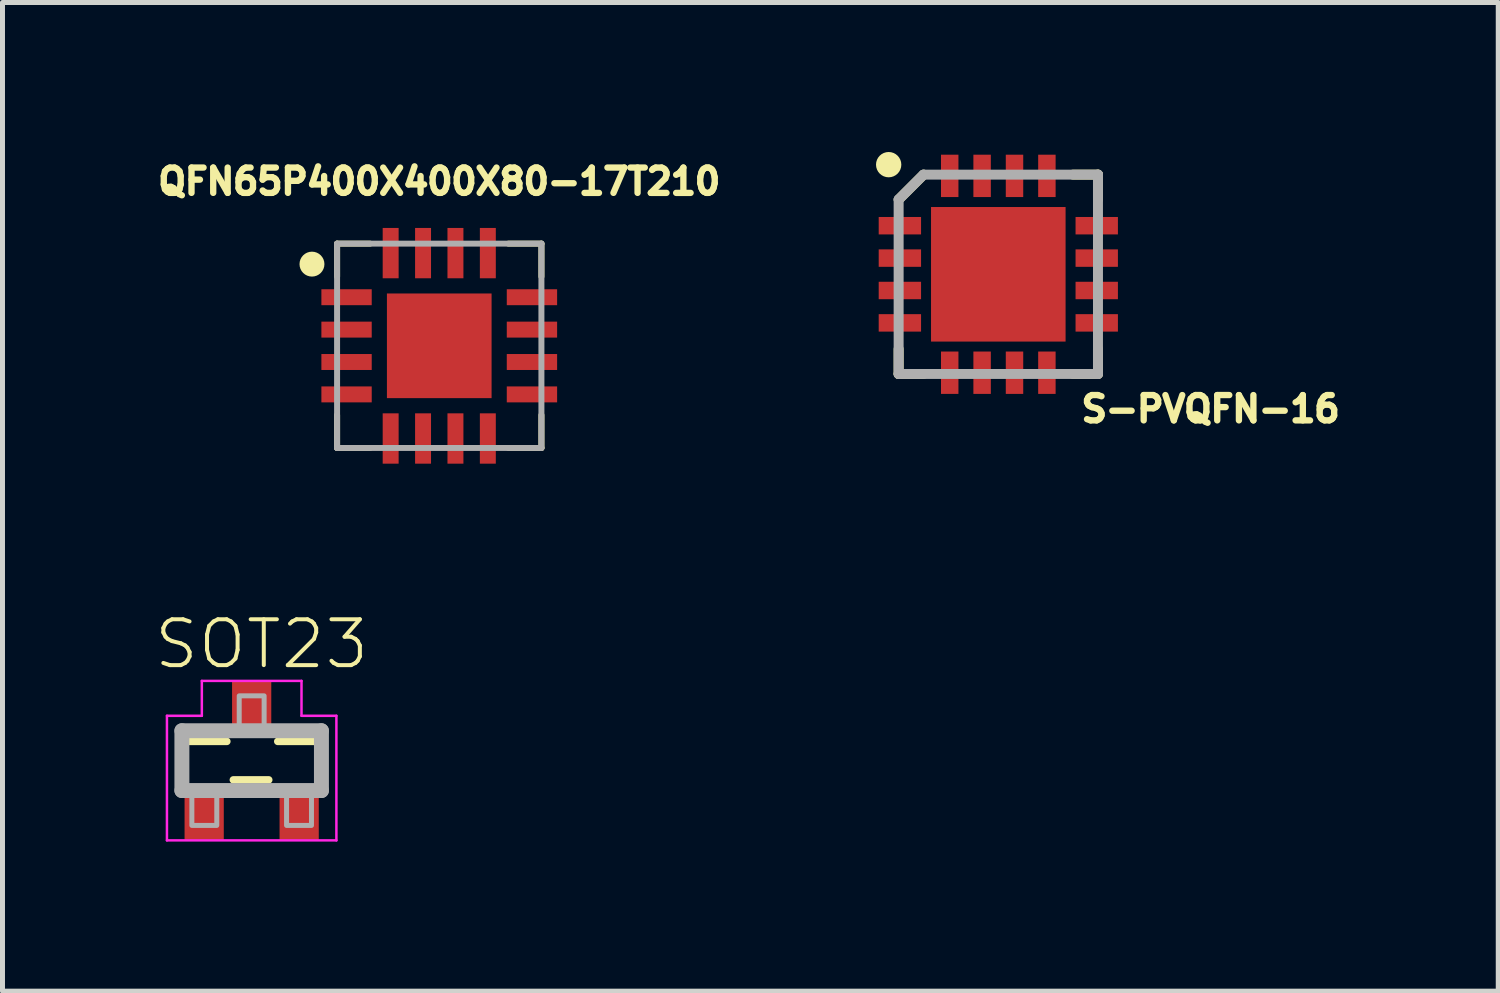
<source format=kicad_pcb>
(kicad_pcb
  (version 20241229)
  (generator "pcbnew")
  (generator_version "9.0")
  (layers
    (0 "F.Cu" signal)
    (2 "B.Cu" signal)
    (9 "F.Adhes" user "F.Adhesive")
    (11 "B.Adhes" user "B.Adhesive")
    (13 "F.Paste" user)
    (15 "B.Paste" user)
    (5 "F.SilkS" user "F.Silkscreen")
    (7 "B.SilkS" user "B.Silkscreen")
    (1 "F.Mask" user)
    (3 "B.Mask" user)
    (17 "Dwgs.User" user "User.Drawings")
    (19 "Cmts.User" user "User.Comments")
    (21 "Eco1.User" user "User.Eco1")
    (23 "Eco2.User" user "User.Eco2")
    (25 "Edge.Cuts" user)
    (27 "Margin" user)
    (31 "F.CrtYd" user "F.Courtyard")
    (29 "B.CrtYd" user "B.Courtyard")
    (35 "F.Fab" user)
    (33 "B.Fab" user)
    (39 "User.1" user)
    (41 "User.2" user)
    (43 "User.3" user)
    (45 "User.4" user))
  (footprint "QFN65P400X400X80-17T210"
    (layer "F.Cu")
    (at 5.764 3.889)
    (property "Reference" "QFN65P400X400X80-17T210" (at 0 -3 0) (layer "F.SilkS") (effects (font (size 0.508 0.508) (thickness 0.127)) (justify bottom)))
    (fp_line (start -2.05 -2.05) (end -1.389 -2.05) (stroke (width 0.12) (type solid)) (layer "F.SilkS"))
    (fp_line (start -2.05 -1.389) (end -2.05 -2.05) (stroke (width 0.12) (type solid)) (layer "F.SilkS"))
    (fp_line (start -2.05 1.389) (end -2.05 2.05) (stroke (width 0.12) (type solid)) (layer "F.SilkS"))
    (fp_line (start -2.05 2.05) (end -1.389 2.05) (stroke (width 0.12) (type solid)) (layer "F.SilkS"))
    (fp_line (start 2.05 -2.05) (end 1.389 -2.05) (stroke (width 0.12) (type solid)) (layer "F.SilkS"))
    (fp_line (start 2.05 -1.389) (end 2.05 -2.05) (stroke (width 0.12) (type solid)) (layer "F.SilkS"))
    (fp_line (start 2.05 1.389) (end 2.05 2.05) (stroke (width 0.12) (type solid)) (layer "F.SilkS"))
    (fp_line (start 2.05 2.05) (end 1.389 2.05) (stroke (width 0.12) (type solid)) (layer "F.SilkS"))
    (fp_circle (center -2.554 -1.639) (end -2.429 -1.639) (stroke (width 0.25) (type solid)) (fill yes) (layer "F.SilkS"))
    (fp_poly (pts (xy -0.9 -0.2) (xy -0.2 -0.2) (xy -0.2 -0.9) (xy -0.9 -0.9)) (stroke (width 0) (type solid)) (fill yes) (layer "F.Paste"))
    (fp_poly (pts (xy -0.9 0.9) (xy -0.2 0.9) (xy -0.2 0.2) (xy -0.9 0.2)) (stroke (width 0) (type solid)) (fill yes) (layer "F.Paste"))
    (fp_poly (pts (xy 0.2 -0.2) (xy 0.9 -0.2) (xy 0.9 -0.9) (xy 0.2 -0.9)) (stroke (width 0) (type solid)) (fill yes) (layer "F.Paste"))
    (fp_poly (pts (xy 0.2 0.9) (xy 0.9 0.9) (xy 0.9 0.2) (xy 0.2 0.2)) (stroke (width 0) (type solid)) (fill yes) (layer "F.Paste"))
    (fp_line (start -2.05 -2.05) (end 2.05 -2.05) (stroke (width 0.12) (type solid)) (layer "F.Fab"))
    (fp_line (start -2.05 2.05) (end -2.05 -2.05) (stroke (width 0.12) (type solid)) (layer "F.Fab"))
    (fp_line (start 2.05 -2.05) (end 2.05 2.05) (stroke (width 0.12) (type solid)) (layer "F.Fab"))
    (fp_line (start 2.05 2.05) (end -2.05 2.05) (stroke (width 0.12) (type solid)) (layer "F.Fab"))
    (pad "1" smd rect (at -1.86 -0.975) (size 1.01 0.32) (layers "F.Cu" "F.Mask" "F.Paste"))
    (pad "2" smd rect (at -1.86 -0.325) (size 1.01 0.32) (layers "F.Cu" "F.Mask" "F.Paste"))
    (pad "3" smd rect (at -1.86 0.325) (size 1.01 0.32) (layers "F.Cu" "F.Mask" "F.Paste"))
    (pad "4" smd rect (at -1.86 0.975) (size 1.01 0.32) (layers "F.Cu" "F.Mask" "F.Paste"))
    (pad "5" smd rect (at -0.975 1.86 90) (size 1.01 0.32) (layers "F.Cu" "F.Mask" "F.Paste"))
    (pad "6" smd rect (at -0.325 1.86 90) (size 1.01 0.32) (layers "F.Cu" "F.Mask" "F.Paste"))
    (pad "7" smd rect (at 0.325 1.86 90) (size 1.01 0.32) (layers "F.Cu" "F.Mask" "F.Paste"))
    (pad "8" smd rect (at 0.975 1.86 90) (size 1.01 0.32) (layers "F.Cu" "F.Mask" "F.Paste"))
    (pad "9" smd rect (at 1.86 0.975) (size 1.01 0.32) (layers "F.Cu" "F.Mask" "F.Paste"))
    (pad "10" smd rect (at 1.86 0.325) (size 1.01 0.32) (layers "F.Cu" "F.Mask" "F.Paste"))
    (pad "11" smd rect (at 1.86 -0.325) (size 1.01 0.32) (layers "F.Cu" "F.Mask" "F.Paste"))
    (pad "12" smd rect (at 1.86 -0.975) (size 1.01 0.32) (layers "F.Cu" "F.Mask" "F.Paste"))
    (pad "13" smd rect (at 0.975 -1.86 90) (size 1.01 0.32) (layers "F.Cu" "F.Mask" "F.Paste"))
    (pad "14" smd rect (at 0.325 -1.86 90) (size 1.01 0.32) (layers "F.Cu" "F.Mask" "F.Paste"))
    (pad "15" smd rect (at -0.325 -1.86 90) (size 1.01 0.32) (layers "F.Cu" "F.Mask" "F.Paste"))
    (pad "16" smd rect (at -0.975 -1.86 90) (size 1.01 0.32) (layers "F.Cu" "F.Mask" "F.Paste"))
    (pad "EPAD" smd rect (at 0 0) (size 2.1 2.1) (layers "F.Cu" "F.Mask")))
  (footprint "SOT23"
    (layer "F.Cu")
    (at 2 12.213)
    (property "Reference" "SOT23" (at -2 -1.8 0) (layer "F.SilkS") (effects (font (size 0.92 0.92) (thickness 0.08)) (justify left bottom)))
    (fp_line (start -1.387 -0.386) (end -0.498 -0.386) (stroke (width 0.15) (type solid)) (layer "F.SilkS"))
    (fp_line (start -1.387 0.368) (end -1.387 -0.386) (stroke (width 0.15) (type solid)) (layer "F.SilkS"))
    (fp_line (start -0.368 0.386) (end 0.343 0.386) (stroke (width 0.15) (type solid)) (layer "F.SilkS"))
    (fp_line (start 1.387 -0.386) (end 0.523 -0.386) (stroke (width 0.15) (type solid)) (layer "F.SilkS"))
    (fp_line (start 1.387 0.368) (end 1.387 -0.386) (stroke (width 0.15) (type solid)) (layer "F.SilkS"))
    (fp_line (start -1.7 -0.9) (end -1.7 1.6) (stroke (width 0.05) (type solid)) (layer "F.CrtYd"))
    (fp_line (start -1.7 1.6) (end 1.7 1.6) (stroke (width 0.05) (type solid)) (layer "F.CrtYd"))
    (fp_line (start -1 -1.6) (end -1 -0.9) (stroke (width 0.05) (type solid)) (layer "F.CrtYd"))
    (fp_line (start -1 -0.9) (end -1.7 -0.9) (stroke (width 0.05) (type solid)) (layer "F.CrtYd"))
    (fp_line (start 1 -1.6) (end -1 -1.6) (stroke (width 0.05) (type solid)) (layer "F.CrtYd"))
    (fp_line (start 1 -0.9) (end 1 -1.6) (stroke (width 0.05) (type solid)) (layer "F.CrtYd"))
    (fp_line (start 1.7 -0.9) (end 1 -0.9) (stroke (width 0.05) (type solid)) (layer "F.CrtYd"))
    (fp_line (start 1.7 1.6) (end 1.7 -0.9) (stroke (width 0.05) (type solid)) (layer "F.CrtYd"))
    (fp_line (start -1.4 -0.6) (end -1.4 0.6) (stroke (width 0.3) (type solid)) (layer "F.Fab"))
    (fp_line (start -1.4 0.6) (end 1.4 0.6) (stroke (width 0.3) (type solid)) (layer "F.Fab"))
    (fp_line (start 1.4 -0.6) (end -1.4 -0.6) (stroke (width 0.3) (type solid)) (layer "F.Fab"))
    (fp_line (start 1.4 0.6) (end 1.4 -0.6) (stroke (width 0.3) (type solid)) (layer "F.Fab"))
    (fp_poly (pts (xy -1.2 1.3) (xy -0.7 1.3) (xy -0.7 0.65) (xy -1.2 0.65)) (stroke (width 0.1) (type solid)) (fill no) (layer "F.Fab"))
    (fp_poly (pts (xy -0.25 -0.65) (xy 0.25 -0.65) (xy 0.25 -1.3) (xy -0.25 -1.3)) (stroke (width 0.1) (type solid)) (fill no) (layer "F.Fab"))
    (fp_poly (pts (xy 0.7 1.3) (xy 1.2 1.3) (xy 1.2 0.65) (xy 0.7 0.65)) (stroke (width 0.1) (type solid)) (fill no) (layer "F.Fab"))
    (pad "1" smd rect (at -0.953 1.143) (size 0.787 0.889) (layers "F.Cu" "F.Mask" "F.Paste"))
    (pad "2" smd rect (at 0.953 1.143) (size 0.787 0.889) (layers "F.Cu" "F.Mask" "F.Paste"))
    (pad "3" smd rect (at 0 -1.143) (size 0.787 0.889) (layers "F.Cu" "F.Mask" "F.Paste")))
  (footprint "S-PVQFN-16"
    (layer "F.Cu")
    (at 16.982 2.454)
    (property "Reference" "S-PVQFN-16" (at 1.6 3 0) (layer "F.SilkS") (effects (font (size 0.508 0.508) (thickness 0.127)) (justify left bottom)))
    (fp_line (start -2 1.5) (end -2 2) (stroke (width 0.2) (type solid)) (layer "F.SilkS"))
    (fp_line (start -2 2) (end -1.5 2) (stroke (width 0.2) (type solid)) (layer "F.SilkS"))
    (fp_line (start -1.5 -2) (end -2 -1.5) (stroke (width 0.2) (type solid)) (layer "F.SilkS"))
    (fp_line (start 1.5 2) (end 2 2) (stroke (width 0.2) (type solid)) (layer "F.SilkS"))
    (fp_line (start 2 -2) (end 1.5 -2) (stroke (width 0.2) (type solid)) (layer "F.SilkS"))
    (fp_line (start 2 -1.5) (end 2 -2) (stroke (width 0.2) (type solid)) (layer "F.SilkS"))
    (fp_line (start 2 2) (end 2 1.5) (stroke (width 0.2) (type solid)) (layer "F.SilkS"))
    (fp_circle (center -2.2 -2.2) (end -2.073 -2.2) (stroke (width 0.254) (type solid)) (fill no) (layer "F.SilkS"))
    (fp_poly (pts (xy -0.137 -0.137) (xy -1.264 -0.137) (xy -1.264 -0.726) (xy -0.726 -1.264) (xy -0.137 -1.264)) (stroke (width 0) (type solid)) (fill yes) (layer "F.Paste"))
    (fp_poly (pts (xy -0.137 1.264) (xy -0.726 1.264) (xy -1.264 0.726) (xy -1.264 0.137) (xy -0.137 0.137)) (stroke (width 0) (type solid)) (fill yes) (layer "F.Paste"))
    (fp_poly (pts (xy 1.264 -0.726) (xy 1.264 -0.137) (xy 0.137 -0.137) (xy 0.137 -1.264) (xy 0.726 -1.264)) (stroke (width 0) (type solid)) (fill yes) (layer "F.Paste"))
    (fp_poly (pts (xy 1.264 0.726) (xy 0.726 1.264) (xy 0.137 1.264) (xy 0.137 0.137) (xy 1.264 0.137)) (stroke (width 0) (type solid)) (fill yes) (layer "F.Paste"))
    (fp_line (start -2 2) (end -2 -1.5) (stroke (width 0.2) (type solid)) (layer "F.Fab"))
    (fp_line (start -1.5 -2) (end -2 -1.5) (stroke (width 0.2) (type solid)) (layer "F.Fab"))
    (fp_line (start -1.5 -2) (end 2 -2) (stroke (width 0.2) (type solid)) (layer "F.Fab"))
    (fp_line (start 2 -2) (end 2 2) (stroke (width 0.2) (type solid)) (layer "F.Fab"))
    (fp_line (start 2 2) (end -2 2) (stroke (width 0.2) (type solid)) (layer "F.Fab"))
    (pad "1" smd rect (at -1.975 -0.975 270) (size 0.35 0.85) (layers "F.Cu" "F.Mask" "F.Paste"))
    (pad "2" smd rect (at -1.975 -0.325 270) (size 0.35 0.85) (layers "F.Cu" "F.Mask" "F.Paste"))
    (pad "3" smd rect (at -1.975 0.325 270) (size 0.35 0.85) (layers "F.Cu" "F.Mask" "F.Paste"))
    (pad "4" smd rect (at -1.975 0.975 270) (size 0.35 0.85) (layers "F.Cu" "F.Mask" "F.Paste"))
    (pad "5" smd rect (at -0.975 1.975) (size 0.35 0.85) (layers "F.Cu" "F.Mask" "F.Paste"))
    (pad "6" smd rect (at -0.325 1.975) (size 0.35 0.85) (layers "F.Cu" "F.Mask" "F.Paste"))
    (pad "7" smd rect (at 0.325 1.975) (size 0.35 0.85) (layers "F.Cu" "F.Mask" "F.Paste"))
    (pad "8" smd rect (at 0.975 1.975) (size 0.35 0.85) (layers "F.Cu" "F.Mask" "F.Paste"))
    (pad "9" smd rect (at 1.975 0.975 90) (size 0.35 0.85) (layers "F.Cu" "F.Mask" "F.Paste"))
    (pad "10" smd rect (at 1.975 0.325 90) (size 0.35 0.85) (layers "F.Cu" "F.Mask" "F.Paste"))
    (pad "11" smd rect (at 1.975 -0.325 90) (size 0.35 0.85) (layers "F.Cu" "F.Mask" "F.Paste"))
    (pad "12" smd rect (at 1.975 -0.975 90) (size 0.35 0.85) (layers "F.Cu" "F.Mask" "F.Paste"))
    (pad "13" smd rect (at 0.975 -1.975 180) (size 0.35 0.85) (layers "F.Cu" "F.Mask" "F.Paste"))
    (pad "14" smd rect (at 0.325 -1.975 180) (size 0.35 0.85) (layers "F.Cu" "F.Mask" "F.Paste"))
    (pad "15" smd rect (at -0.325 -1.975 180) (size 0.35 0.85) (layers "F.Cu" "F.Mask" "F.Paste"))
    (pad "16" smd rect (at -0.975 -1.975 180) (size 0.35 0.85) (layers "F.Cu" "F.Mask" "F.Paste"))
    (pad "PAD" smd rect (at 0 0) (size 2.7 2.7) (layers "F.Cu" "F.Mask")))
  (gr_rect
    (start -3 -3)
    (end 27.014 16.838)
    (stroke (width 0.1) (type default))
    (fill no)
    (layer "Edge.Cuts")))
</source>
